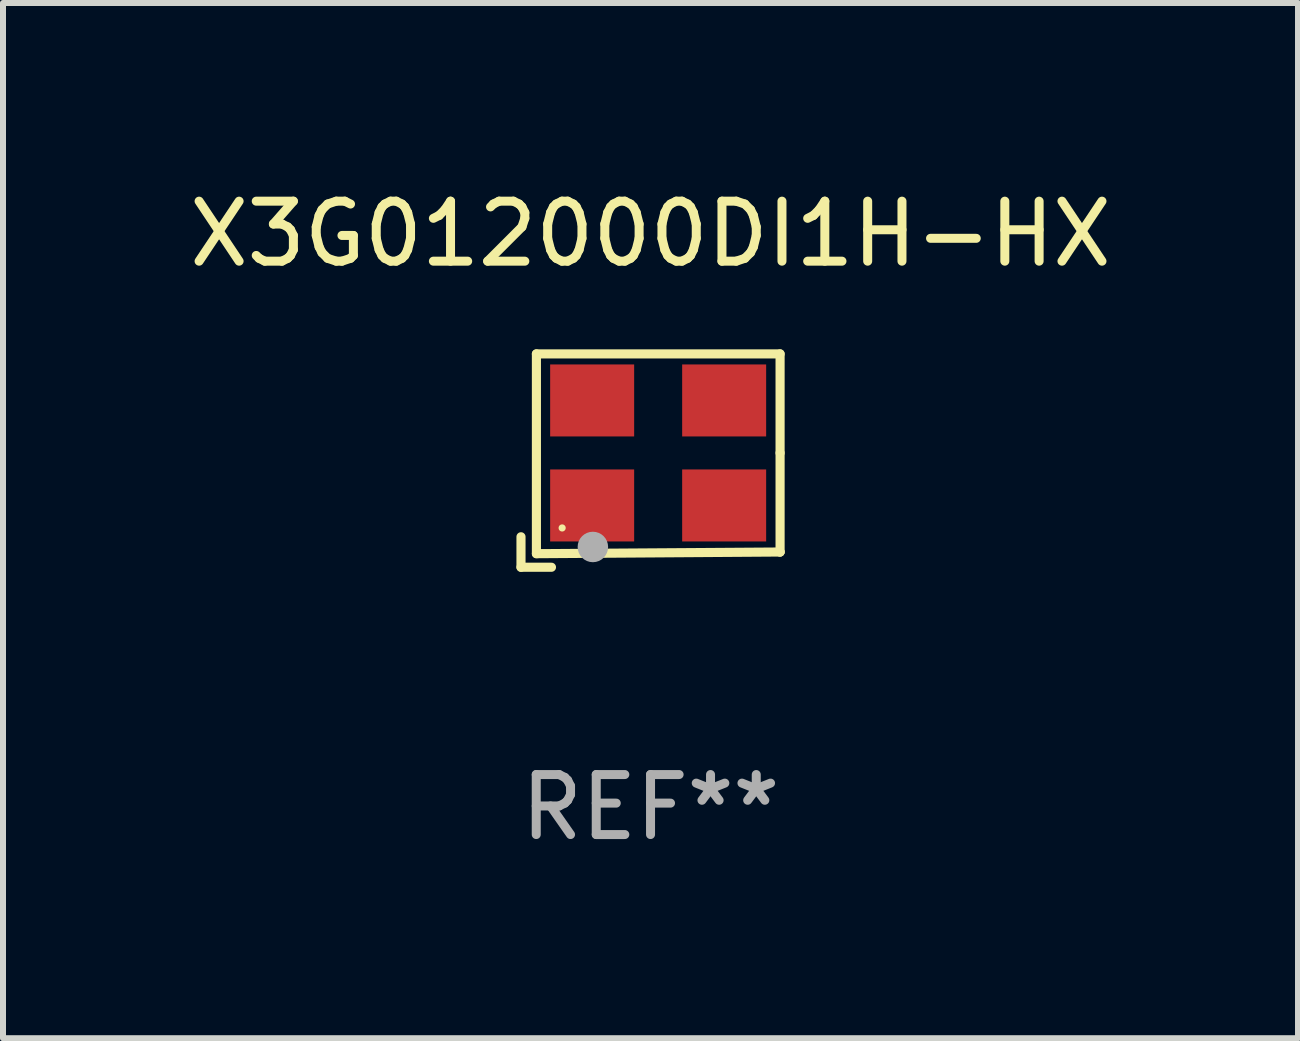
<source format=kicad_pcb>
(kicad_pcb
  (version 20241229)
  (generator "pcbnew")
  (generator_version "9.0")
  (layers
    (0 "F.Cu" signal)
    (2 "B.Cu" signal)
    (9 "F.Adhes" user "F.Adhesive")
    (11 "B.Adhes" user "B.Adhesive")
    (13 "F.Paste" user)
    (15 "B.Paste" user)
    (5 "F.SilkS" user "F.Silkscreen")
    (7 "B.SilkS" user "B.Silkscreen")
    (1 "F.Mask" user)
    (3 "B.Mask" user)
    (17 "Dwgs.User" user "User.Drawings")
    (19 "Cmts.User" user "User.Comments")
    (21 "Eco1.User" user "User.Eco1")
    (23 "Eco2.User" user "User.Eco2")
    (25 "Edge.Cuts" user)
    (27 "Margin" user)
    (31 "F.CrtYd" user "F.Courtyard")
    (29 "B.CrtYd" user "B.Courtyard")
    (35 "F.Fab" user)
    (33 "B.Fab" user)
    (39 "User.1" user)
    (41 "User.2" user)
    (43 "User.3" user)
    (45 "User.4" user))
  (footprint "X3G012000DI1H-HX"
    (layer "F.Cu")
    (at 7.792 4.626)
    (property "Reference" "X3G012000DI1H-HX" (at 0 -3.778 0) (layer "F.SilkS") (effects (font (size 1 1) (thickness 0.15))))
    (attr through_hole)
    (fp_line (start -2.159 1.27) (end -2.159 1.778) (stroke (width 0.152) (type solid)) (layer "F.SilkS"))
    (fp_line (start -2.159 1.778) (end -1.651 1.778) (stroke (width 0.152) (type solid)) (layer "F.SilkS"))
    (fp_line (start -1.902 -1.778) (end 2.159 -1.778) (stroke (width 0.152) (type solid)) (layer "F.SilkS"))
    (fp_line (start -1.902 1.552) (end -1.902 -1.778) (stroke (width 0.152) (type solid)) (layer "F.SilkS"))
    (fp_line (start 2.159 -1.778) (end 2.159 -0.127) (stroke (width 0.152) (type solid)) (layer "F.SilkS"))
    (fp_line (start 2.159 -0.127) (end 2.159 1.524) (stroke (width 0.152) (type solid)) (layer "F.SilkS"))
    (fp_line (start 2.159 1.524) (end -1.902 1.552) (stroke (width 0.152) (type solid)) (layer "F.SilkS"))
    (fp_line (start 2.159 1.524) (end 2.159 1.524) (stroke (width 0.152) (type solid)) (layer "F.SilkS"))
    (fp_circle (center -1.473 1.123) (end -1.443 1.123) (stroke (width 0.06) (type solid)) (fill no) (layer "F.SilkS"))
    (fp_circle (center -0.961 1.44) (end -0.834 1.44) (stroke (width 0.254) (type solid)) (fill no) (layer "F.Fab"))
    (fp_text user "REF**" (at 0 5.778 0) (layer "F.Fab") (effects (font (size 1 1) (thickness 0.15))))
    (pad "1" smd rect (at -0.973 0.748) (size 1.4 1.2) (layers "F.Cu" "F.Mask" "F.Paste"))
    (pad "2" smd rect (at 1.227 0.748) (size 1.4 1.2) (layers "F.Cu" "F.Mask" "F.Paste"))
    (pad "3" smd rect (at 1.227 -1.002) (size 1.4 1.2) (layers "F.Cu" "F.Mask" "F.Paste"))
    (pad "4" smd rect (at -0.973 -1.002) (size 1.4 1.2) (layers "F.Cu" "F.Mask" "F.Paste")))
  (gr_rect
    (start -3 -3)
    (end 18.583 14.253)
    (stroke (width 0.1) (type default))
    (fill no)
    (layer "Edge.Cuts")))
</source>
